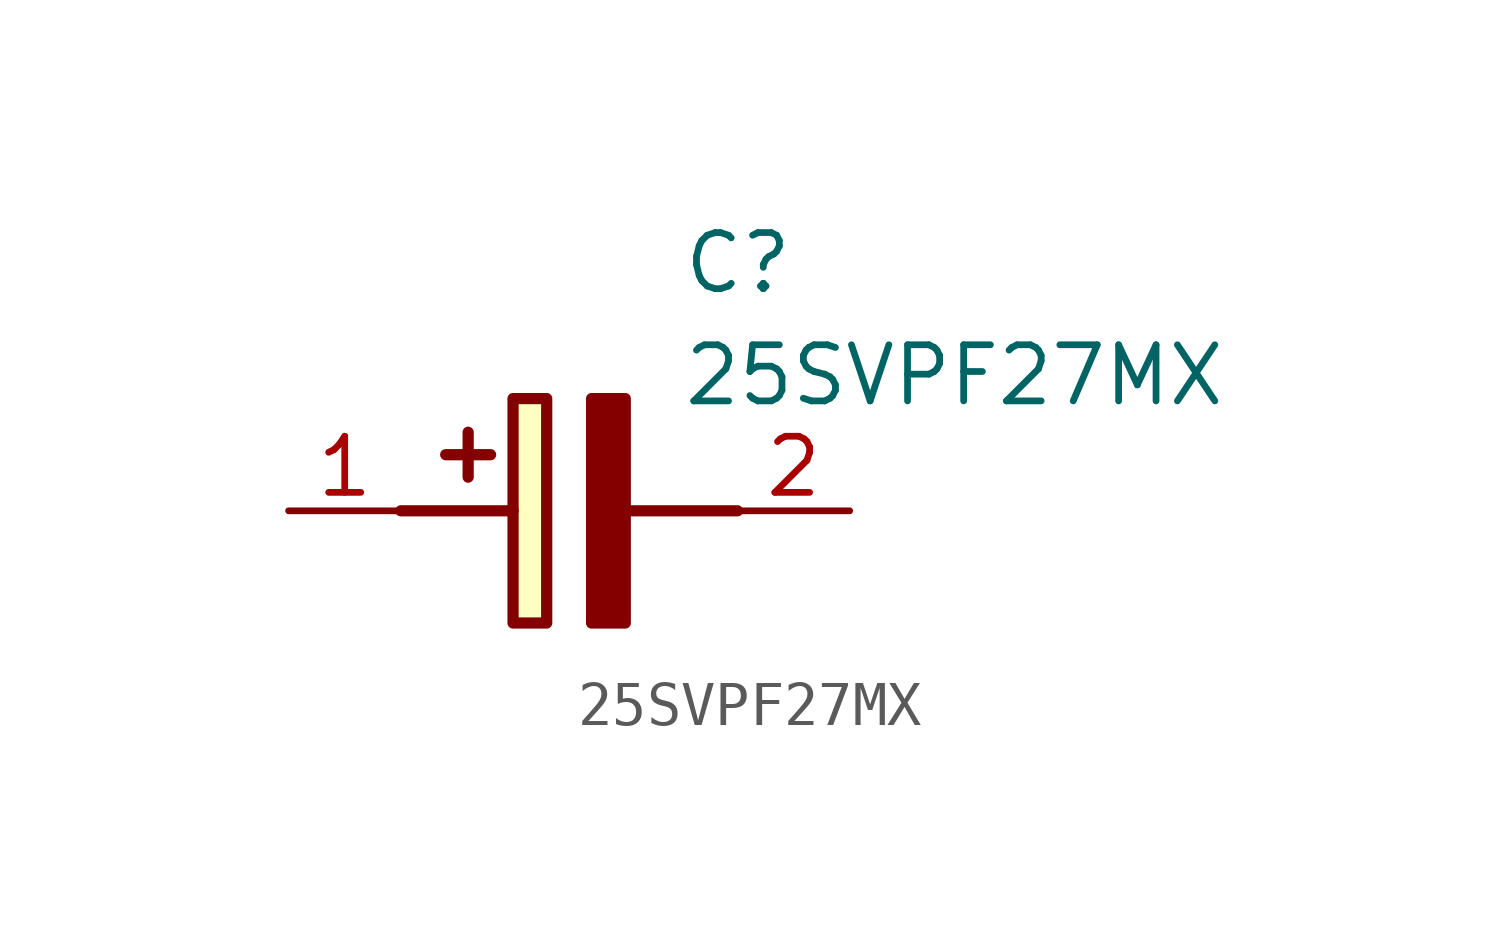
<source format=kicad_sym>
(kicad_symbol_lib
  (version 20211014)
  (generator SamacSys_ECAD_Model)
  (symbol "25SVPF27MX"
    (pin_names hide)
    (property "Reference" "C"
      (at 8.89 6.35 0)
      (effects (font (size 1.27 1.27)) (justify left top)))
    (property "Value" "25SVPF27MX"
      (at 8.89 3.81 0)
      (effects (font (size 1.27 1.27)) (justify left top)))
    (rectangle
      (start 5.08 2.54)
      (end 5.842 -2.54)
      (stroke (width 0.254) (type default))
      (fill (type background)))
    (polyline
      (pts (xy 4.572 1.27) (xy 3.556 1.27))
      (stroke (width 0.254) (type default))
      (fill (type none)))
    (polyline
      (pts (xy 4.064 1.778) (xy 4.064 0.762))
      (stroke (width 0.254) (type default))
      (fill (type none)))
    (polyline
      (pts (xy 2.54 0) (xy 5.08 0))
      (stroke (width 0.254) (type default))
      (fill (type none)))
    (polyline
      (pts (xy 7.62 0) (xy 10.16 0))
      (stroke (width 0.254) (type default))
      (fill (type none)))
    (polyline
      (pts (xy 7.62 2.54) (xy 7.62 -2.54) (xy 6.858 -2.54) (xy 6.858 2.54) (xy 7.62 2.54))
      (stroke (width 0.254) (type default))
      (fill (type outline)))
    (pin passive line
      (at 0 0 0)
      (length 2.54)
      (name "+" (effects (font (size 1.27 1.27))))
      (number "1" (effects (font (size 1.27 1.27)))))
    (pin passive line
      (at 12.7 0 180)
      (length 2.54)
      (name "-" (effects (font (size 1.27 1.27))))
      (number "2" (effects (font (size 1.27 1.27)))))))
</source>
